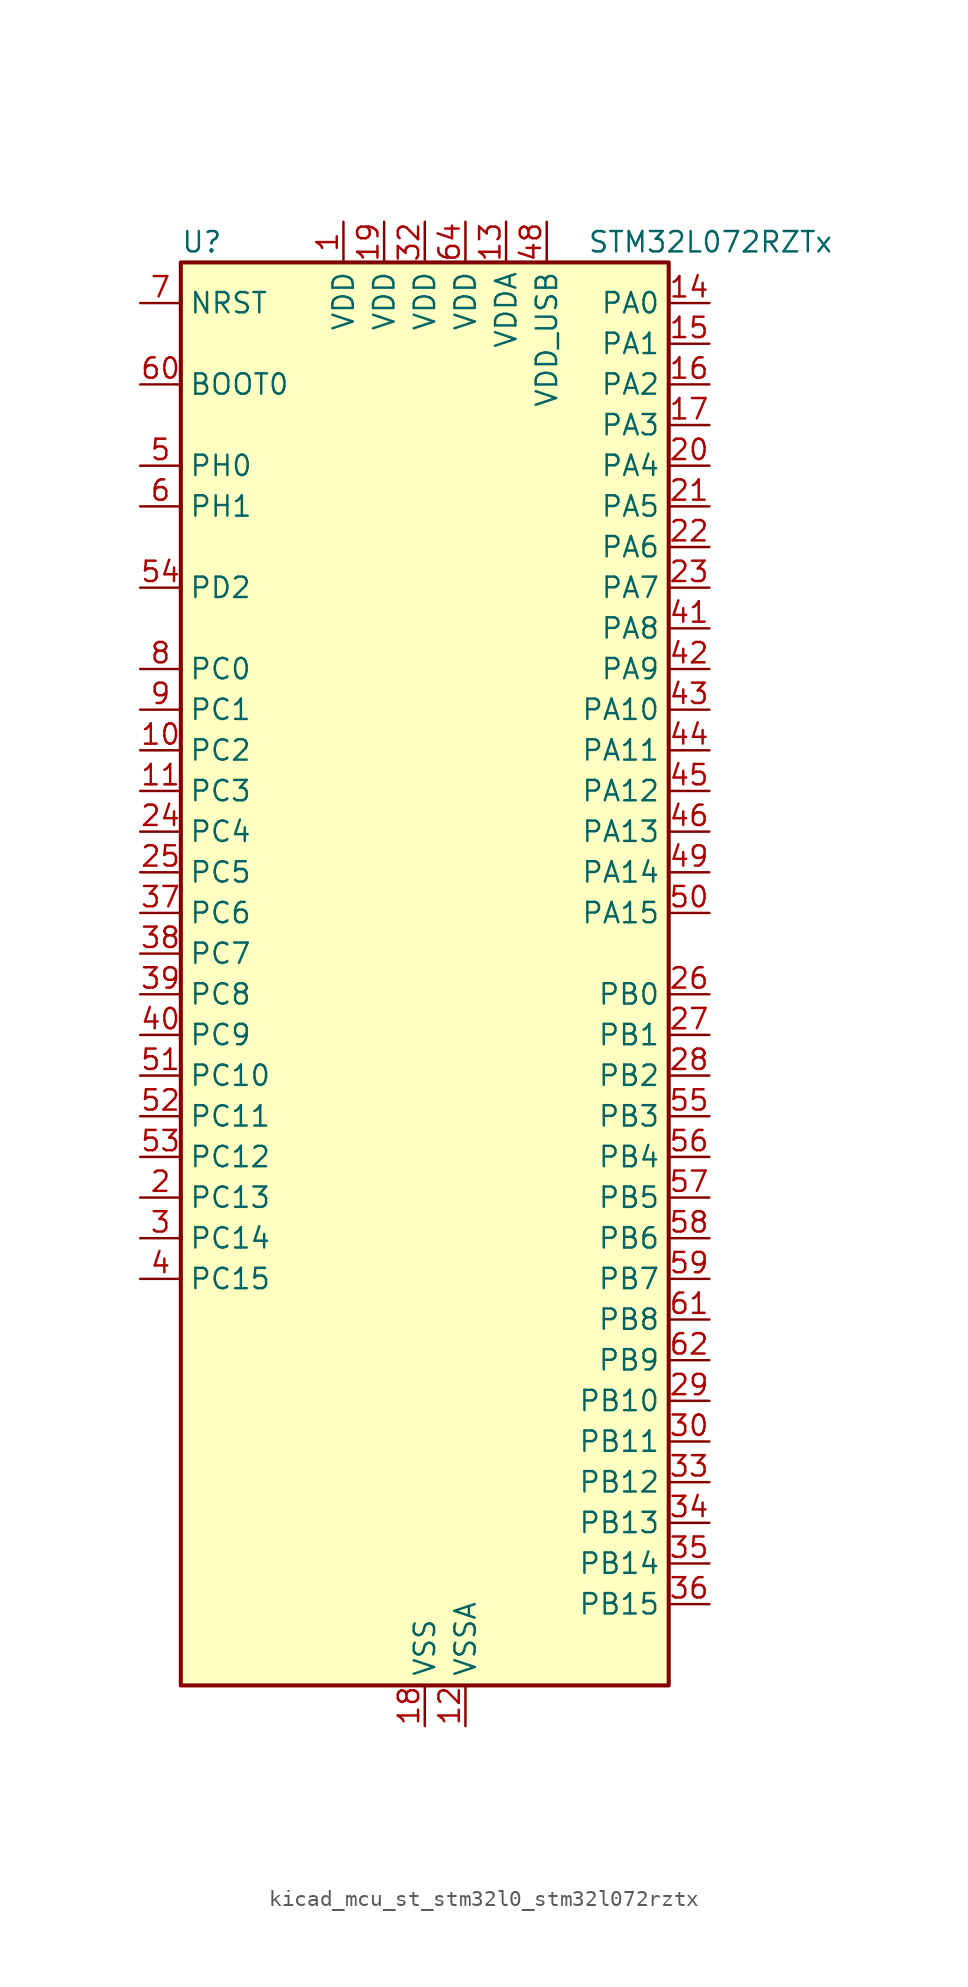
<source format=kicad_sym>
(kicad_symbol_lib
  (version 20220914)
  (generator kicad_symbol_editor)
  (symbol "kicad_mcu_st_stm32l0_stm32l072rztx"
    (property "Reference" "U"
      (at -15.24 46.99 0)
      (effects (font (size 1.27 1.27)) (justify left)))
    (property "Value" "STM32L072RZTx"
      (at 10.16 46.99 0)
      (effects (font (size 1.27 1.27)) (justify left)))
    (property "ki_locked" ""
      (at 0 0 0)
      (effects (font (size 1.27 1.27))))
    (symbol "kicad_mcu_st_stm32l0_stm32l072rztx_0_1"
      (rectangle (start -15.24 -43.18) (end 15.24 45.72) (stroke (width 0.254) (type default)) (fill (type background))))
    (symbol "kicad_mcu_st_stm32l0_stm32l072rztx_1_1"
      (pin power_in line (at -5.08 48.26 270) (length 2.54) (name "VDD" (effects (font (size 1.27 1.27)))) (number "1" (effects (font (size 1.27 1.27)))))
      (pin bidirectional line (at -17.78 15.24 0) (length 2.54) (name "PC2" (effects (font (size 1.27 1.27)))) (number "10" (effects (font (size 1.27 1.27)))) (alternate "ADC_IN12" bidirectional line) (alternate "I2S2_MCK" bidirectional line) (alternate "LPTIM1_IN2" bidirectional line) (alternate "SPI2_MISO" bidirectional line) (alternate "TSC_G7_IO3" bidirectional line))
      (pin bidirectional line (at -17.78 12.7 0) (length 2.54) (name "PC3" (effects (font (size 1.27 1.27)))) (number "11" (effects (font (size 1.27 1.27)))) (alternate "ADC_IN13" bidirectional line) (alternate "I2S2_SD" bidirectional line) (alternate "LPTIM1_ETR" bidirectional line) (alternate "SPI2_MOSI" bidirectional line) (alternate "TSC_G7_IO4" bidirectional line))
      (pin power_in line (at 2.54 -45.72 90) (length 2.54) (name "VSSA" (effects (font (size 1.27 1.27)))) (number "12" (effects (font (size 1.27 1.27)))))
      (pin power_in line (at 5.08 48.26 270) (length 2.54) (name "VDDA" (effects (font (size 1.27 1.27)))) (number "13" (effects (font (size 1.27 1.27)))))
      (pin bidirectional line (at 17.78 43.18 180) (length 2.54) (name "PA0" (effects (font (size 1.27 1.27)))) (number "14" (effects (font (size 1.27 1.27)))) (alternate "ADC_IN0" bidirectional line) (alternate "COMP1_INM" bidirectional line) (alternate "COMP1_OUT" bidirectional line) (alternate "RTC_TAMP2" bidirectional line) (alternate "SYS_WKUP1" bidirectional line) (alternate "TIM2_CH1" bidirectional line) (alternate "TIM2_ETR" bidirectional line) (alternate "TSC_G1_IO1" bidirectional line) (alternate "USART2_CTS" bidirectional line) (alternate "USART4_TX" bidirectional line))
      (pin bidirectional line (at 17.78 40.64 180) (length 2.54) (name "PA1" (effects (font (size 1.27 1.27)))) (number "15" (effects (font (size 1.27 1.27)))) (alternate "ADC_IN1" bidirectional line) (alternate "COMP1_INP" bidirectional line) (alternate "TIM21_ETR" bidirectional line) (alternate "TIM2_CH2" bidirectional line) (alternate "TSC_G1_IO2" bidirectional line) (alternate "USART2_DE" bidirectional line) (alternate "USART2_RTS" bidirectional line) (alternate "USART4_RX" bidirectional line))
      (pin bidirectional line (at 17.78 38.1 180) (length 2.54) (name "PA2" (effects (font (size 1.27 1.27)))) (number "16" (effects (font (size 1.27 1.27)))) (alternate "ADC_IN2" bidirectional line) (alternate "COMP2_INM" bidirectional line) (alternate "COMP2_OUT" bidirectional line) (alternate "LPUART1_TX" bidirectional line) (alternate "TIM21_CH1" bidirectional line) (alternate "TIM2_CH3" bidirectional line) (alternate "TSC_G1_IO3" bidirectional line) (alternate "USART2_TX" bidirectional line))
      (pin bidirectional line (at 17.78 35.56 180) (length 2.54) (name "PA3" (effects (font (size 1.27 1.27)))) (number "17" (effects (font (size 1.27 1.27)))) (alternate "ADC_IN3" bidirectional line) (alternate "COMP2_INP" bidirectional line) (alternate "LPUART1_RX" bidirectional line) (alternate "TIM21_CH2" bidirectional line) (alternate "TIM2_CH4" bidirectional line) (alternate "TSC_G1_IO4" bidirectional line) (alternate "USART2_RX" bidirectional line))
      (pin power_in line (at 0 -45.72 90) (length 2.54) (name "VSS" (effects (font (size 1.27 1.27)))) (number "18" (effects (font (size 1.27 1.27)))))
      (pin power_in line (at -2.54 48.26 270) (length 2.54) (name "VDD" (effects (font (size 1.27 1.27)))) (number "19" (effects (font (size 1.27 1.27)))))
      (pin bidirectional line (at -17.78 -12.7 0) (length 2.54) (name "PC13" (effects (font (size 1.27 1.27)))) (number "2" (effects (font (size 1.27 1.27)))) (alternate "RTC_OUT_ALARM" bidirectional line) (alternate "RTC_OUT_CALIB" bidirectional line) (alternate "RTC_TAMP1" bidirectional line) (alternate "RTC_TS" bidirectional line) (alternate "SYS_WKUP2" bidirectional line))
      (pin bidirectional line (at 17.78 33.02 180) (length 2.54) (name "PA4" (effects (font (size 1.27 1.27)))) (number "20" (effects (font (size 1.27 1.27)))) (alternate "ADC_IN4" bidirectional line) (alternate "COMP1_INM" bidirectional line) (alternate "COMP2_INM" bidirectional line) (alternate "DAC_OUT1" bidirectional line) (alternate "SPI1_NSS" bidirectional line) (alternate "TIM22_ETR" bidirectional line) (alternate "TSC_G2_IO1" bidirectional line) (alternate "USART2_CK" bidirectional line))
      (pin bidirectional line (at 17.78 30.48 180) (length 2.54) (name "PA5" (effects (font (size 1.27 1.27)))) (number "21" (effects (font (size 1.27 1.27)))) (alternate "ADC_IN5" bidirectional line) (alternate "COMP1_INM" bidirectional line) (alternate "COMP2_INM" bidirectional line) (alternate "DAC_OUT2" bidirectional line) (alternate "SPI1_SCK" bidirectional line) (alternate "TIM2_CH1" bidirectional line) (alternate "TIM2_ETR" bidirectional line) (alternate "TSC_G2_IO2" bidirectional line))
      (pin bidirectional line (at 17.78 27.94 180) (length 2.54) (name "PA6" (effects (font (size 1.27 1.27)))) (number "22" (effects (font (size 1.27 1.27)))) (alternate "ADC_IN6" bidirectional line) (alternate "COMP1_OUT" bidirectional line) (alternate "LPUART1_CTS" bidirectional line) (alternate "SPI1_MISO" bidirectional line) (alternate "TIM22_CH1" bidirectional line) (alternate "TIM3_CH1" bidirectional line) (alternate "TSC_G2_IO3" bidirectional line))
      (pin bidirectional line (at 17.78 25.4 180) (length 2.54) (name "PA7" (effects (font (size 1.27 1.27)))) (number "23" (effects (font (size 1.27 1.27)))) (alternate "ADC_IN7" bidirectional line) (alternate "COMP2_OUT" bidirectional line) (alternate "SPI1_MOSI" bidirectional line) (alternate "TIM22_CH2" bidirectional line) (alternate "TIM3_CH2" bidirectional line) (alternate "TSC_G2_IO4" bidirectional line))
      (pin bidirectional line (at -17.78 10.16 0) (length 2.54) (name "PC4" (effects (font (size 1.27 1.27)))) (number "24" (effects (font (size 1.27 1.27)))) (alternate "ADC_IN14" bidirectional line) (alternate "LPUART1_TX" bidirectional line))
      (pin bidirectional line (at -17.78 7.62 0) (length 2.54) (name "PC5" (effects (font (size 1.27 1.27)))) (number "25" (effects (font (size 1.27 1.27)))) (alternate "ADC_IN15" bidirectional line) (alternate "LPUART1_RX" bidirectional line) (alternate "TSC_G3_IO1" bidirectional line))
      (pin bidirectional line (at 17.78 0 180) (length 2.54) (name "PB0" (effects (font (size 1.27 1.27)))) (number "26" (effects (font (size 1.27 1.27)))) (alternate "ADC_IN8" bidirectional line) (alternate "SYS_VREF_OUT_PB0" bidirectional line) (alternate "TIM3_CH3" bidirectional line) (alternate "TSC_G3_IO2" bidirectional line))
      (pin bidirectional line (at 17.78 -2.54 180) (length 2.54) (name "PB1" (effects (font (size 1.27 1.27)))) (number "27" (effects (font (size 1.27 1.27)))) (alternate "ADC_IN9" bidirectional line) (alternate "LPUART1_DE" bidirectional line) (alternate "LPUART1_RTS" bidirectional line) (alternate "SYS_VREF_OUT_PB1" bidirectional line) (alternate "TIM3_CH4" bidirectional line) (alternate "TSC_G3_IO3" bidirectional line))
      (pin bidirectional line (at 17.78 -5.08 180) (length 2.54) (name "PB2" (effects (font (size 1.27 1.27)))) (number "28" (effects (font (size 1.27 1.27)))) (alternate "I2C3_SMBA" bidirectional line) (alternate "LPTIM1_OUT" bidirectional line) (alternate "TSC_G3_IO4" bidirectional line))
      (pin bidirectional line (at 17.78 -25.4 180) (length 2.54) (name "PB10" (effects (font (size 1.27 1.27)))) (number "29" (effects (font (size 1.27 1.27)))) (alternate "I2C2_SCL" bidirectional line) (alternate "LPUART1_RX" bidirectional line) (alternate "LPUART1_TX" bidirectional line) (alternate "SPI2_SCK" bidirectional line) (alternate "TIM2_CH3" bidirectional line) (alternate "TSC_SYNC" bidirectional line))
      (pin bidirectional line (at -17.78 -15.24 0) (length 2.54) (name "PC14" (effects (font (size 1.27 1.27)))) (number "3" (effects (font (size 1.27 1.27)))) (alternate "RCC_OSC32_IN" bidirectional line))
      (pin bidirectional line (at 17.78 -27.94 180) (length 2.54) (name "PB11" (effects (font (size 1.27 1.27)))) (number "30" (effects (font (size 1.27 1.27)))) (alternate "ADC_EXTI11" bidirectional line) (alternate "I2C2_SDA" bidirectional line) (alternate "LPUART1_RX" bidirectional line) (alternate "LPUART1_TX" bidirectional line) (alternate "TIM2_CH4" bidirectional line) (alternate "TSC_G6_IO1" bidirectional line))
      (pin passive line (at 0 -45.72 90) (length 2.54) hide (name "VSS" (effects (font (size 1.27 1.27)))) (number "31" (effects (font (size 1.27 1.27)))))
      (pin power_in line (at 0 48.26 270) (length 2.54) (name "VDD" (effects (font (size 1.27 1.27)))) (number "32" (effects (font (size 1.27 1.27)))))
      (pin bidirectional line (at 17.78 -30.48 180) (length 2.54) (name "PB12" (effects (font (size 1.27 1.27)))) (number "33" (effects (font (size 1.27 1.27)))) (alternate "I2S2_WS" bidirectional line) (alternate "LPUART1_DE" bidirectional line) (alternate "LPUART1_RTS" bidirectional line) (alternate "SPI2_NSS" bidirectional line) (alternate "TSC_G6_IO2" bidirectional line))
      (pin bidirectional line (at 17.78 -33.02 180) (length 2.54) (name "PB13" (effects (font (size 1.27 1.27)))) (number "34" (effects (font (size 1.27 1.27)))) (alternate "I2C2_SCL" bidirectional line) (alternate "I2S2_CK" bidirectional line) (alternate "LPUART1_CTS" bidirectional line) (alternate "RCC_MCO" bidirectional line) (alternate "SPI2_SCK" bidirectional line) (alternate "TIM21_CH1" bidirectional line) (alternate "TSC_G6_IO3" bidirectional line))
      (pin bidirectional line (at 17.78 -35.56 180) (length 2.54) (name "PB14" (effects (font (size 1.27 1.27)))) (number "35" (effects (font (size 1.27 1.27)))) (alternate "I2C2_SDA" bidirectional line) (alternate "I2S2_MCK" bidirectional line) (alternate "LPUART1_DE" bidirectional line) (alternate "LPUART1_RTS" bidirectional line) (alternate "RTC_OUT_ALARM" bidirectional line) (alternate "RTC_OUT_CALIB" bidirectional line) (alternate "SPI2_MISO" bidirectional line) (alternate "TIM21_CH2" bidirectional line) (alternate "TSC_G6_IO4" bidirectional line))
      (pin bidirectional line (at 17.78 -38.1 180) (length 2.54) (name "PB15" (effects (font (size 1.27 1.27)))) (number "36" (effects (font (size 1.27 1.27)))) (alternate "I2S2_SD" bidirectional line) (alternate "RTC_REFIN" bidirectional line) (alternate "SPI2_MOSI" bidirectional line))
      (pin bidirectional line (at -17.78 5.08 0) (length 2.54) (name "PC6" (effects (font (size 1.27 1.27)))) (number "37" (effects (font (size 1.27 1.27)))) (alternate "TIM22_CH1" bidirectional line) (alternate "TIM3_CH1" bidirectional line) (alternate "TSC_G8_IO1" bidirectional line))
      (pin bidirectional line (at -17.78 2.54 0) (length 2.54) (name "PC7" (effects (font (size 1.27 1.27)))) (number "38" (effects (font (size 1.27 1.27)))) (alternate "TIM22_CH2" bidirectional line) (alternate "TIM3_CH2" bidirectional line) (alternate "TSC_G8_IO2" bidirectional line))
      (pin bidirectional line (at -17.78 0 0) (length 2.54) (name "PC8" (effects (font (size 1.27 1.27)))) (number "39" (effects (font (size 1.27 1.27)))) (alternate "TIM22_ETR" bidirectional line) (alternate "TIM3_CH3" bidirectional line) (alternate "TSC_G8_IO3" bidirectional line))
      (pin bidirectional line (at -17.78 -17.78 0) (length 2.54) (name "PC15" (effects (font (size 1.27 1.27)))) (number "4" (effects (font (size 1.27 1.27)))) (alternate "RCC_OSC32_OUT" bidirectional line))
      (pin bidirectional line (at -17.78 -2.54 0) (length 2.54) (name "PC9" (effects (font (size 1.27 1.27)))) (number "40" (effects (font (size 1.27 1.27)))) (alternate "DAC_EXTI9" bidirectional line) (alternate "I2C3_SDA" bidirectional line) (alternate "TIM21_ETR" bidirectional line) (alternate "TIM3_CH4" bidirectional line) (alternate "TSC_G8_IO4" bidirectional line) (alternate "USB_NOE" bidirectional line))
      (pin bidirectional line (at 17.78 22.86 180) (length 2.54) (name "PA8" (effects (font (size 1.27 1.27)))) (number "41" (effects (font (size 1.27 1.27)))) (alternate "CRS_SYNC" bidirectional line) (alternate "I2C3_SCL" bidirectional line) (alternate "RCC_MCO" bidirectional line) (alternate "USART1_CK" bidirectional line))
      (pin bidirectional line (at 17.78 20.32 180) (length 2.54) (name "PA9" (effects (font (size 1.27 1.27)))) (number "42" (effects (font (size 1.27 1.27)))) (alternate "DAC_EXTI9" bidirectional line) (alternate "I2C1_SCL" bidirectional line) (alternate "I2C3_SMBA" bidirectional line) (alternate "RCC_MCO" bidirectional line) (alternate "TSC_G4_IO1" bidirectional line) (alternate "USART1_TX" bidirectional line))
      (pin bidirectional line (at 17.78 17.78 180) (length 2.54) (name "PA10" (effects (font (size 1.27 1.27)))) (number "43" (effects (font (size 1.27 1.27)))) (alternate "I2C1_SDA" bidirectional line) (alternate "TSC_G4_IO2" bidirectional line) (alternate "USART1_RX" bidirectional line))
      (pin bidirectional line (at 17.78 15.24 180) (length 2.54) (name "PA11" (effects (font (size 1.27 1.27)))) (number "44" (effects (font (size 1.27 1.27)))) (alternate "ADC_EXTI11" bidirectional line) (alternate "COMP1_OUT" bidirectional line) (alternate "SPI1_MISO" bidirectional line) (alternate "TSC_G4_IO3" bidirectional line) (alternate "USART1_CTS" bidirectional line) (alternate "USB_DM" bidirectional line))
      (pin bidirectional line (at 17.78 12.7 180) (length 2.54) (name "PA12" (effects (font (size 1.27 1.27)))) (number "45" (effects (font (size 1.27 1.27)))) (alternate "COMP2_OUT" bidirectional line) (alternate "SPI1_MOSI" bidirectional line) (alternate "TSC_G4_IO4" bidirectional line) (alternate "USART1_DE" bidirectional line) (alternate "USART1_RTS" bidirectional line) (alternate "USB_DP" bidirectional line))
      (pin bidirectional line (at 17.78 10.16 180) (length 2.54) (name "PA13" (effects (font (size 1.27 1.27)))) (number "46" (effects (font (size 1.27 1.27)))) (alternate "LPUART1_RX" bidirectional line) (alternate "SYS_SWDIO" bidirectional line) (alternate "USB_NOE" bidirectional line))
      (pin passive line (at 0 -45.72 90) (length 2.54) hide (name "VSS" (effects (font (size 1.27 1.27)))) (number "47" (effects (font (size 1.27 1.27)))))
      (pin power_in line (at 7.62 48.26 270) (length 2.54) (name "VDD_USB" (effects (font (size 1.27 1.27)))) (number "48" (effects (font (size 1.27 1.27)))))
      (pin bidirectional line (at 17.78 7.62 180) (length 2.54) (name "PA14" (effects (font (size 1.27 1.27)))) (number "49" (effects (font (size 1.27 1.27)))) (alternate "LPUART1_TX" bidirectional line) (alternate "SYS_SWCLK" bidirectional line) (alternate "USART2_TX" bidirectional line))
      (pin bidirectional line (at -17.78 33.02 0) (length 2.54) (name "PH0" (effects (font (size 1.27 1.27)))) (number "5" (effects (font (size 1.27 1.27)))) (alternate "CRS_SYNC" bidirectional line) (alternate "RCC_OSC_IN" bidirectional line))
      (pin bidirectional line (at 17.78 5.08 180) (length 2.54) (name "PA15" (effects (font (size 1.27 1.27)))) (number "50" (effects (font (size 1.27 1.27)))) (alternate "SPI1_NSS" bidirectional line) (alternate "TIM2_CH1" bidirectional line) (alternate "TIM2_ETR" bidirectional line) (alternate "USART2_RX" bidirectional line) (alternate "USART4_DE" bidirectional line) (alternate "USART4_RTS" bidirectional line))
      (pin bidirectional line (at -17.78 -5.08 0) (length 2.54) (name "PC10" (effects (font (size 1.27 1.27)))) (number "51" (effects (font (size 1.27 1.27)))) (alternate "LPUART1_TX" bidirectional line) (alternate "USART4_TX" bidirectional line))
      (pin bidirectional line (at -17.78 -7.62 0) (length 2.54) (name "PC11" (effects (font (size 1.27 1.27)))) (number "52" (effects (font (size 1.27 1.27)))) (alternate "ADC_EXTI11" bidirectional line) (alternate "LPUART1_RX" bidirectional line) (alternate "USART4_RX" bidirectional line))
      (pin bidirectional line (at -17.78 -10.16 0) (length 2.54) (name "PC12" (effects (font (size 1.27 1.27)))) (number "53" (effects (font (size 1.27 1.27)))) (alternate "USART4_CK" bidirectional line) (alternate "USART5_TX" bidirectional line))
      (pin bidirectional line (at -17.78 25.4 0) (length 2.54) (name "PD2" (effects (font (size 1.27 1.27)))) (number "54" (effects (font (size 1.27 1.27)))) (alternate "LPUART1_DE" bidirectional line) (alternate "LPUART1_RTS" bidirectional line) (alternate "TIM3_ETR" bidirectional line) (alternate "USART5_RX" bidirectional line))
      (pin bidirectional line (at 17.78 -7.62 180) (length 2.54) (name "PB3" (effects (font (size 1.27 1.27)))) (number "55" (effects (font (size 1.27 1.27)))) (alternate "COMP2_INM" bidirectional line) (alternate "SPI1_SCK" bidirectional line) (alternate "TIM2_CH2" bidirectional line) (alternate "TSC_G5_IO1" bidirectional line) (alternate "USART1_DE" bidirectional line) (alternate "USART1_RTS" bidirectional line) (alternate "USART5_TX" bidirectional line))
      (pin bidirectional line (at 17.78 -10.16 180) (length 2.54) (name "PB4" (effects (font (size 1.27 1.27)))) (number "56" (effects (font (size 1.27 1.27)))) (alternate "COMP2_INP" bidirectional line) (alternate "I2C3_SDA" bidirectional line) (alternate "SPI1_MISO" bidirectional line) (alternate "TIM22_CH1" bidirectional line) (alternate "TIM3_CH1" bidirectional line) (alternate "TSC_G5_IO2" bidirectional line) (alternate "USART1_CTS" bidirectional line) (alternate "USART5_RX" bidirectional line))
      (pin bidirectional line (at 17.78 -12.7 180) (length 2.54) (name "PB5" (effects (font (size 1.27 1.27)))) (number "57" (effects (font (size 1.27 1.27)))) (alternate "COMP2_INP" bidirectional line) (alternate "I2C1_SMBA" bidirectional line) (alternate "LPTIM1_IN1" bidirectional line) (alternate "SPI1_MOSI" bidirectional line) (alternate "TIM22_CH2" bidirectional line) (alternate "TIM3_CH2" bidirectional line) (alternate "USART1_CK" bidirectional line) (alternate "USART5_CK" bidirectional line) (alternate "USART5_DE" bidirectional line) (alternate "USART5_RTS" bidirectional line))
      (pin bidirectional line (at 17.78 -15.24 180) (length 2.54) (name "PB6" (effects (font (size 1.27 1.27)))) (number "58" (effects (font (size 1.27 1.27)))) (alternate "COMP2_INP" bidirectional line) (alternate "I2C1_SCL" bidirectional line) (alternate "LPTIM1_ETR" bidirectional line) (alternate "TSC_G5_IO3" bidirectional line) (alternate "USART1_TX" bidirectional line))
      (pin bidirectional line (at 17.78 -17.78 180) (length 2.54) (name "PB7" (effects (font (size 1.27 1.27)))) (number "59" (effects (font (size 1.27 1.27)))) (alternate "COMP2_INP" bidirectional line) (alternate "I2C1_SDA" bidirectional line) (alternate "LPTIM1_IN2" bidirectional line) (alternate "SYS_PVD_IN" bidirectional line) (alternate "TSC_G5_IO4" bidirectional line) (alternate "USART1_RX" bidirectional line) (alternate "USART4_CTS" bidirectional line))
      (pin bidirectional line (at -17.78 30.48 0) (length 2.54) (name "PH1" (effects (font (size 1.27 1.27)))) (number "6" (effects (font (size 1.27 1.27)))) (alternate "RCC_OSC_OUT" bidirectional line))
      (pin input line (at -17.78 38.1 0) (length 2.54) (name "BOOT0" (effects (font (size 1.27 1.27)))) (number "60" (effects (font (size 1.27 1.27)))))
      (pin bidirectional line (at 17.78 -20.32 180) (length 2.54) (name "PB8" (effects (font (size 1.27 1.27)))) (number "61" (effects (font (size 1.27 1.27)))) (alternate "I2C1_SCL" bidirectional line) (alternate "TSC_SYNC" bidirectional line))
      (pin bidirectional line (at 17.78 -22.86 180) (length 2.54) (name "PB9" (effects (font (size 1.27 1.27)))) (number "62" (effects (font (size 1.27 1.27)))) (alternate "DAC_EXTI9" bidirectional line) (alternate "I2C1_SDA" bidirectional line) (alternate "I2S2_WS" bidirectional line) (alternate "SPI2_NSS" bidirectional line))
      (pin passive line (at 0 -45.72 90) (length 2.54) hide (name "VSS" (effects (font (size 1.27 1.27)))) (number "63" (effects (font (size 1.27 1.27)))))
      (pin power_in line (at 2.54 48.26 270) (length 2.54) (name "VDD" (effects (font (size 1.27 1.27)))) (number "64" (effects (font (size 1.27 1.27)))))
      (pin input line (at -17.78 43.18 0) (length 2.54) (name "NRST" (effects (font (size 1.27 1.27)))) (number "7" (effects (font (size 1.27 1.27)))))
      (pin bidirectional line (at -17.78 20.32 0) (length 2.54) (name "PC0" (effects (font (size 1.27 1.27)))) (number "8" (effects (font (size 1.27 1.27)))) (alternate "ADC_IN10" bidirectional line) (alternate "I2C3_SCL" bidirectional line) (alternate "LPTIM1_IN1" bidirectional line) (alternate "LPUART1_RX" bidirectional line) (alternate "TSC_G7_IO1" bidirectional line))
      (pin bidirectional line (at -17.78 17.78 0) (length 2.54) (name "PC1" (effects (font (size 1.27 1.27)))) (number "9" (effects (font (size 1.27 1.27)))) (alternate "ADC_IN11" bidirectional line) (alternate "I2C3_SDA" bidirectional line) (alternate "LPTIM1_OUT" bidirectional line) (alternate "LPUART1_TX" bidirectional line) (alternate "TSC_G7_IO2" bidirectional line)))))
</source>
